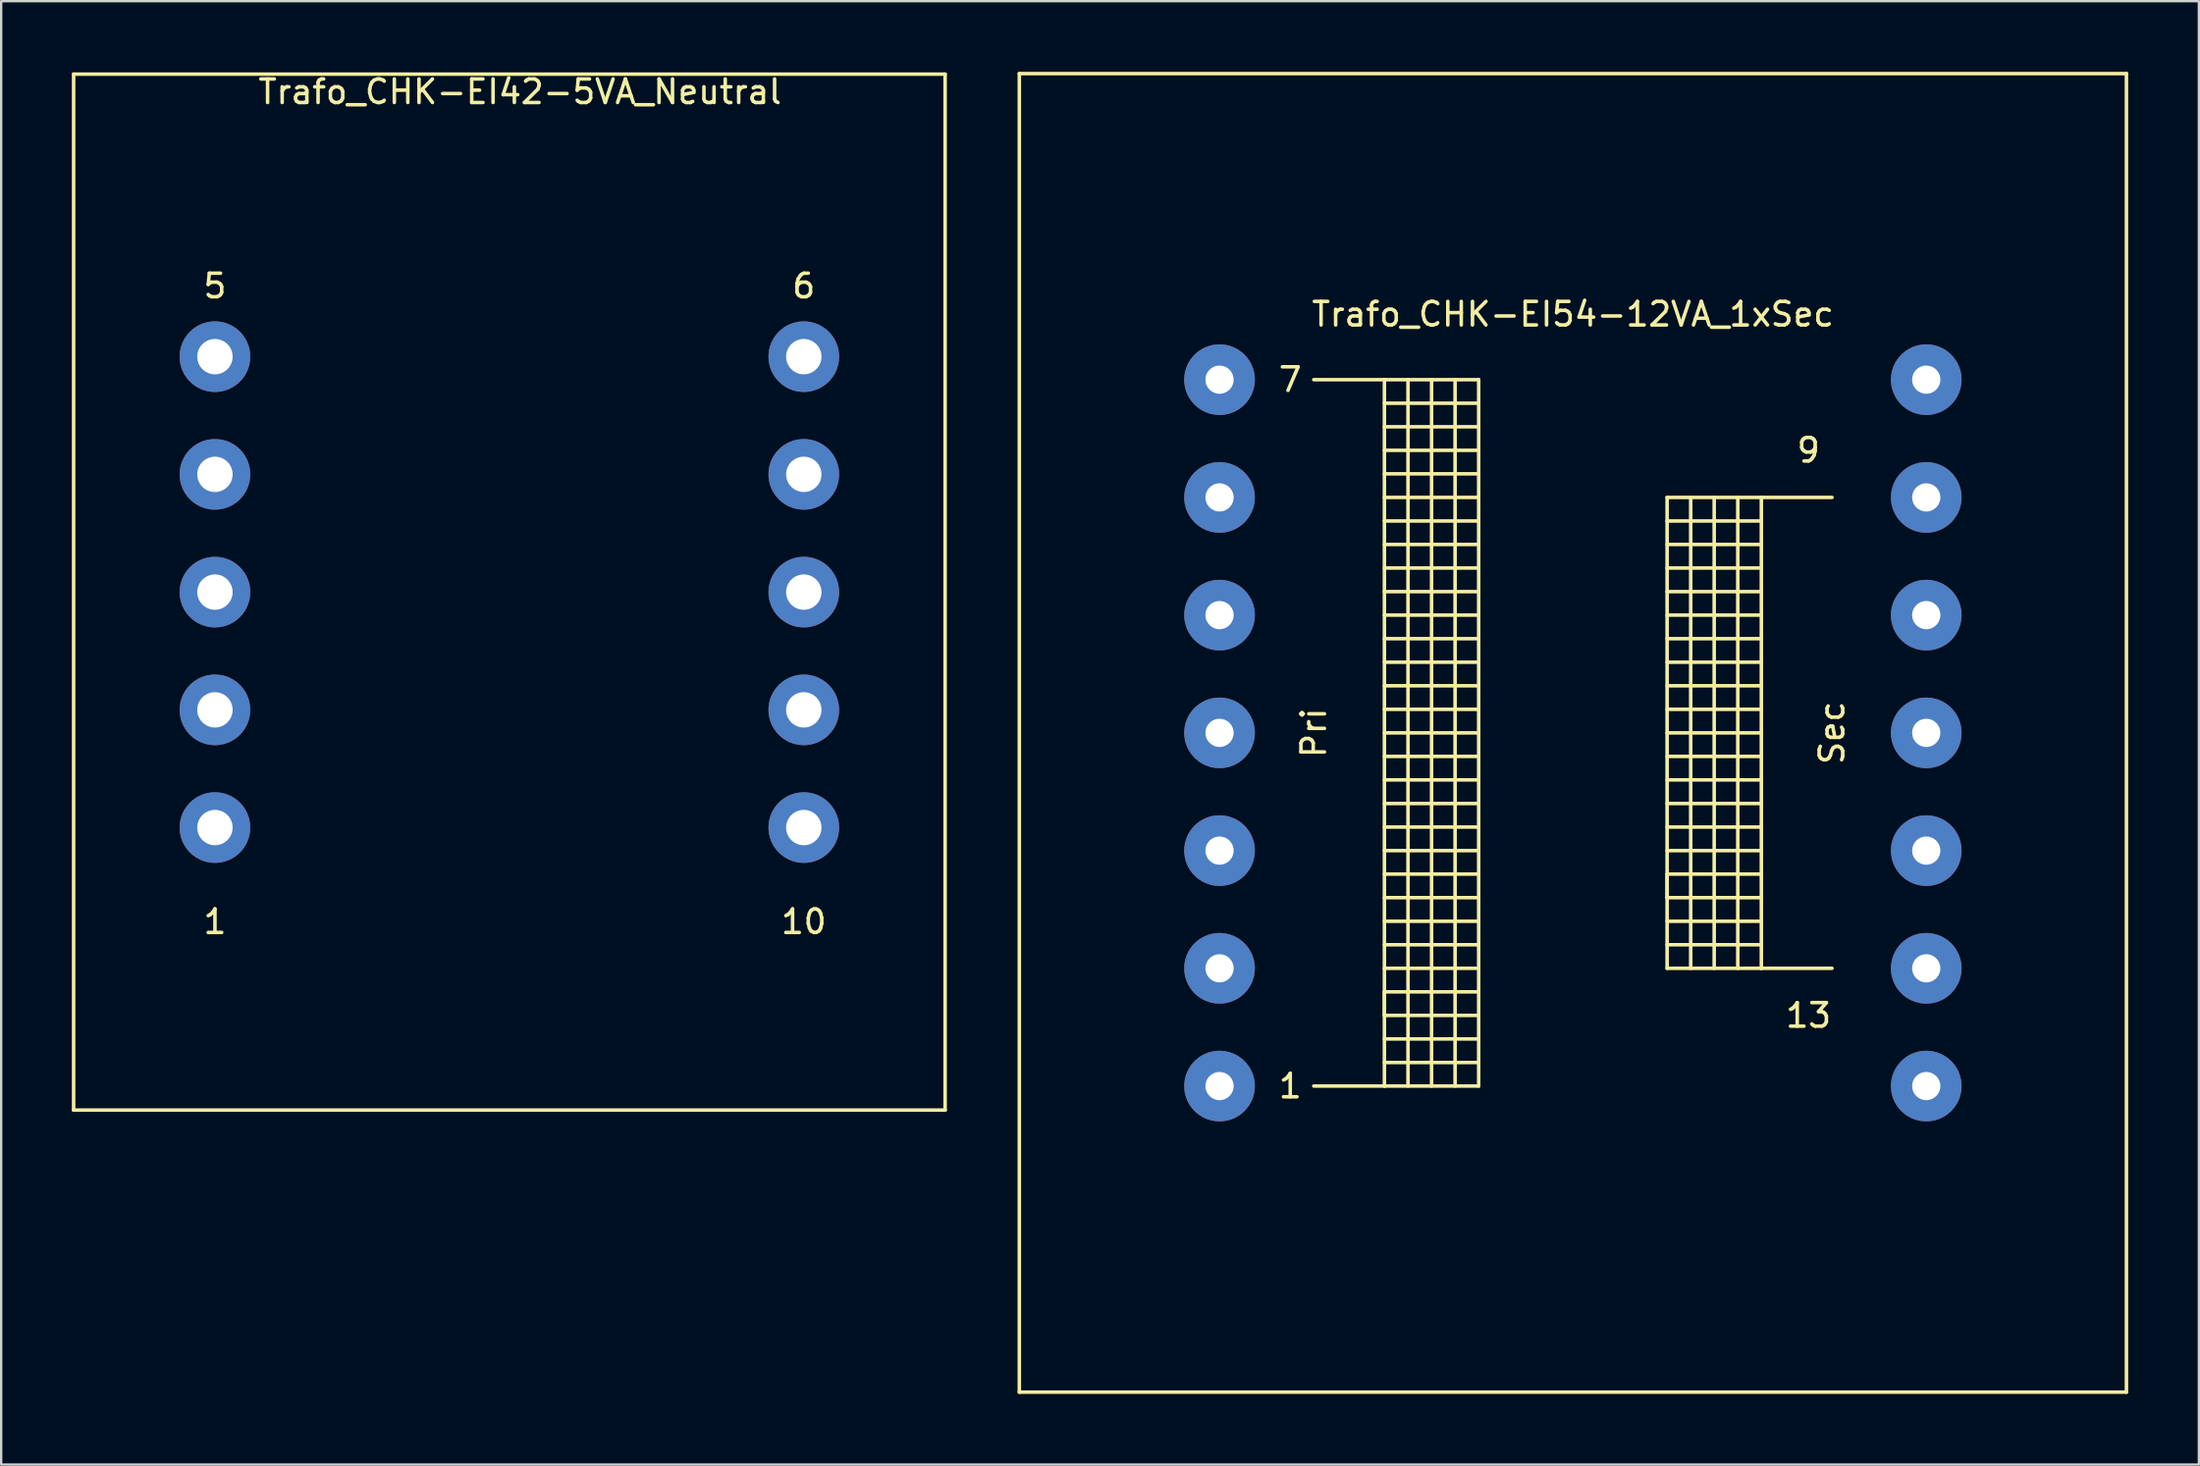
<source format=kicad_pcb>
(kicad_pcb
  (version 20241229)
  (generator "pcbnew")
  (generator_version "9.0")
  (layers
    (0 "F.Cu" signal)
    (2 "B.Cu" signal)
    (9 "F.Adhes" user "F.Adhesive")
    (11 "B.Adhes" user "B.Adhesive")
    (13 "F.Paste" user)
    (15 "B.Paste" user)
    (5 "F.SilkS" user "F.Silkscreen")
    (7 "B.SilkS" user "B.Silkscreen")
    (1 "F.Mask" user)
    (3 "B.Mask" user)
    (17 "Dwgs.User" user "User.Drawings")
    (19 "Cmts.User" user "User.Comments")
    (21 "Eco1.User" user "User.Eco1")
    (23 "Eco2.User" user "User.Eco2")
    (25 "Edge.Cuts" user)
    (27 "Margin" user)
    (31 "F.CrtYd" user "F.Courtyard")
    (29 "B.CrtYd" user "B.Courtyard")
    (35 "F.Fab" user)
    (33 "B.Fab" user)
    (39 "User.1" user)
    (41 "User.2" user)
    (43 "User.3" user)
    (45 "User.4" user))
  (footprint "Trafo_CHK-EI54-12VA_1xSec"
    (layer "F.Cu")
    (at 63.723 28.076)
    (property "Reference" "Trafo_CHK-EI54-12VA_1xSec" (at 0 -17.78 0) (layer "F.SilkS") (effects (font (size 1 1) (thickness 0.15))))
    (attr through_hole)
    (fp_line (start -23.5 -28.001) (end -23.5 28.001) (stroke (width 0.15) (type solid)) (layer "F.SilkS"))
    (fp_line (start -23.5 28.001) (end 23.5 28.001) (stroke (width 0.15) (type solid)) (layer "F.SilkS"))
    (fp_line (start -11.001 -15.001) (end -8.001 -15.001) (stroke (width 0.15) (type solid)) (layer "F.SilkS"))
    (fp_line (start -8.001 -15.001) (end -8.001 15.001) (stroke (width 0.15) (type solid)) (layer "F.SilkS"))
    (fp_line (start -8.001 -15.001) (end -4 -15.001) (stroke (width 0.15) (type solid)) (layer "F.SilkS"))
    (fp_line (start -8.001 -14) (end -4 -14) (stroke (width 0.15) (type solid)) (layer "F.SilkS"))
    (fp_line (start -8.001 -11.999) (end -4 -11.999) (stroke (width 0.15) (type solid)) (layer "F.SilkS"))
    (fp_line (start -8.001 -10) (end -4 -10) (stroke (width 0.15) (type solid)) (layer "F.SilkS"))
    (fp_line (start -8.001 -8.001) (end -4 -8.001) (stroke (width 0.15) (type solid)) (layer "F.SilkS"))
    (fp_line (start -8.001 -5.999) (end -4 -5.999) (stroke (width 0.15) (type solid)) (layer "F.SilkS"))
    (fp_line (start -8.001 -4) (end -4 -4) (stroke (width 0.15) (type solid)) (layer "F.SilkS"))
    (fp_line (start -8.001 -1.999) (end -4 -1.999) (stroke (width 0.15) (type solid)) (layer "F.SilkS"))
    (fp_line (start -8.001 0) (end -4 0) (stroke (width 0.15) (type solid)) (layer "F.SilkS"))
    (fp_line (start -8.001 1.999) (end -4 1.999) (stroke (width 0.15) (type solid)) (layer "F.SilkS"))
    (fp_line (start -8.001 4) (end -4 4) (stroke (width 0.15) (type solid)) (layer "F.SilkS"))
    (fp_line (start -8.001 5.999) (end -4 5.999) (stroke (width 0.15) (type solid)) (layer "F.SilkS"))
    (fp_line (start -8.001 8.001) (end -4 8.001) (stroke (width 0.15) (type solid)) (layer "F.SilkS"))
    (fp_line (start -8.001 10) (end -4 10) (stroke (width 0.15) (type solid)) (layer "F.SilkS"))
    (fp_line (start -8.001 11.001) (end -8.001 11.999) (stroke (width 0.15) (type solid)) (layer "F.SilkS"))
    (fp_line (start -8.001 11.999) (end -4 11.999) (stroke (width 0.15) (type solid)) (layer "F.SilkS"))
    (fp_line (start -8.001 14) (end -4 14) (stroke (width 0.15) (type solid)) (layer "F.SilkS"))
    (fp_line (start -8.001 15.001) (end -11.001 15.001) (stroke (width 0.15) (type solid)) (layer "F.SilkS"))
    (fp_line (start -7 -15.001) (end -7 15.001) (stroke (width 0.15) (type solid)) (layer "F.SilkS"))
    (fp_line (start -5.999 -15.001) (end -5.999 15.001) (stroke (width 0.15) (type solid)) (layer "F.SilkS"))
    (fp_line (start -5.001 3) (end -8.001 3) (stroke (width 0.15) (type solid)) (layer "F.SilkS"))
    (fp_line (start -5.001 3) (end -4 3) (stroke (width 0.15) (type solid)) (layer "F.SilkS"))
    (fp_line (start -5.001 15.001) (end -5.001 -15.001) (stroke (width 0.15) (type solid)) (layer "F.SilkS"))
    (fp_line (start -4 -15.001) (end -4 15.001) (stroke (width 0.15) (type solid)) (layer "F.SilkS"))
    (fp_line (start -4 -13) (end -8.001 -13) (stroke (width 0.15) (type solid)) (layer "F.SilkS"))
    (fp_line (start -4 -11.001) (end -8.001 -11.001) (stroke (width 0.15) (type solid)) (layer "F.SilkS"))
    (fp_line (start -4 -8.999) (end -8.001 -8.999) (stroke (width 0.15) (type solid)) (layer "F.SilkS"))
    (fp_line (start -4 -7) (end -8.001 -7) (stroke (width 0.15) (type solid)) (layer "F.SilkS"))
    (fp_line (start -4 -5.001) (end -8.001 -5.001) (stroke (width 0.15) (type solid)) (layer "F.SilkS"))
    (fp_line (start -4 -3) (end -8.001 -3) (stroke (width 0.15) (type solid)) (layer "F.SilkS"))
    (fp_line (start -4 -1.001) (end -8.001 -1.001) (stroke (width 0.15) (type solid)) (layer "F.SilkS"))
    (fp_line (start -4 1.001) (end -8.001 1.001) (stroke (width 0.15) (type solid)) (layer "F.SilkS"))
    (fp_line (start -4 5.001) (end -8.001 5.001) (stroke (width 0.15) (type solid)) (layer "F.SilkS"))
    (fp_line (start -4 7) (end -8.001 7) (stroke (width 0.15) (type solid)) (layer "F.SilkS"))
    (fp_line (start -4 8.999) (end -8.001 8.999) (stroke (width 0.15) (type solid)) (layer "F.SilkS"))
    (fp_line (start -4 11.001) (end -8.001 11.001) (stroke (width 0.15) (type solid)) (layer "F.SilkS"))
    (fp_line (start -4 13) (end -8.001 13) (stroke (width 0.15) (type solid)) (layer "F.SilkS"))
    (fp_line (start -4 15.001) (end -8.001 15.001) (stroke (width 0.15) (type solid)) (layer "F.SilkS"))
    (fp_line (start 4 -10) (end 4 10) (stroke (width 0.15) (type solid)) (layer "F.SilkS"))
    (fp_line (start 4 -8.999) (end 8.001 -8.999) (stroke (width 0.15) (type solid)) (layer "F.SilkS"))
    (fp_line (start 4 -7) (end 8.001 -7) (stroke (width 0.15) (type solid)) (layer "F.SilkS"))
    (fp_line (start 4 -5.001) (end 8.001 -5.001) (stroke (width 0.15) (type solid)) (layer "F.SilkS"))
    (fp_line (start 4 -3) (end 8.001 -3) (stroke (width 0.15) (type solid)) (layer "F.SilkS"))
    (fp_line (start 4 -1.001) (end 8.001 -1.001) (stroke (width 0.15) (type solid)) (layer "F.SilkS"))
    (fp_line (start 4 1.001) (end 8.001 1.001) (stroke (width 0.15) (type solid)) (layer "F.SilkS"))
    (fp_line (start 4 3) (end 8.001 3) (stroke (width 0.15) (type solid)) (layer "F.SilkS"))
    (fp_line (start 4 5.001) (end 8.001 5.001) (stroke (width 0.15) (type solid)) (layer "F.SilkS"))
    (fp_line (start 4 5.999) (end 4 7) (stroke (width 0.15) (type solid)) (layer "F.SilkS"))
    (fp_line (start 4 7) (end 8.001 7) (stroke (width 0.15) (type solid)) (layer "F.SilkS"))
    (fp_line (start 4 8.999) (end 8.001 8.999) (stroke (width 0.15) (type solid)) (layer "F.SilkS"))
    (fp_line (start 4 10) (end 8.001 10) (stroke (width 0.15) (type solid)) (layer "F.SilkS"))
    (fp_line (start 5.001 10) (end 5.001 -10) (stroke (width 0.15) (type solid)) (layer "F.SilkS"))
    (fp_line (start 5.999 -10) (end 5.999 10) (stroke (width 0.15) (type solid)) (layer "F.SilkS"))
    (fp_line (start 7 10) (end 7 -10) (stroke (width 0.15) (type solid)) (layer "F.SilkS"))
    (fp_line (start 8.001 -10) (end 4 -10) (stroke (width 0.15) (type solid)) (layer "F.SilkS"))
    (fp_line (start 8.001 -10) (end 8.001 10) (stroke (width 0.15) (type solid)) (layer "F.SilkS"))
    (fp_line (start 8.001 -8.001) (end 4 -8.001) (stroke (width 0.15) (type solid)) (layer "F.SilkS"))
    (fp_line (start 8.001 -5.999) (end 4 -5.999) (stroke (width 0.15) (type solid)) (layer "F.SilkS"))
    (fp_line (start 8.001 -4) (end 4 -4) (stroke (width 0.15) (type solid)) (layer "F.SilkS"))
    (fp_line (start 8.001 -1.999) (end 4 -1.999) (stroke (width 0.15) (type solid)) (layer "F.SilkS"))
    (fp_line (start 8.001 0) (end 4 0) (stroke (width 0.15) (type solid)) (layer "F.SilkS"))
    (fp_line (start 8.001 1.999) (end 4 1.999) (stroke (width 0.15) (type solid)) (layer "F.SilkS"))
    (fp_line (start 8.001 4) (end 4 4) (stroke (width 0.15) (type solid)) (layer "F.SilkS"))
    (fp_line (start 8.001 5.999) (end 4 5.999) (stroke (width 0.15) (type solid)) (layer "F.SilkS"))
    (fp_line (start 8.001 8.001) (end 4 8.001) (stroke (width 0.15) (type solid)) (layer "F.SilkS"))
    (fp_line (start 8.001 10) (end 11.001 10) (stroke (width 0.15) (type solid)) (layer "F.SilkS"))
    (fp_line (start 11.001 -10) (end 8.001 -10) (stroke (width 0.15) (type solid)) (layer "F.SilkS"))
    (fp_line (start 23.5 -28.001) (end -23.5 -28.001) (stroke (width 0.15) (type solid)) (layer "F.SilkS"))
    (fp_line (start 23.5 28.001) (end 23.5 -28.001) (stroke (width 0.15) (type solid)) (layer "F.SilkS"))
    (fp_text user "7" (at -11.999 -15.001 0) (layer "F.SilkS") (effects (font (size 1 1) (thickness 0.15))))
    (fp_text user "13" (at 10 12.002 0) (layer "F.SilkS") (effects (font (size 1 1) (thickness 0.15))))
    (fp_text user "Sec" (at 11.001 0 90) (layer "F.SilkS") (effects (font (size 1 1) (thickness 0.15))))
    (fp_text user "1" (at -11.999 15.001 0) (layer "F.SilkS") (effects (font (size 1 1) (thickness 0.15))))
    (fp_text user "Pri" (at -11.001 0 90) (layer "F.SilkS") (effects (font (size 1 1) (thickness 0.15))))
    (fp_text user "9" (at 10 -12.002 0) (layer "F.SilkS") (effects (font (size 1 1) (thickness 0.15))))
    (pad "1" thru_hole circle (at -15.001 15.001) (size 3 3) (drill 1.199) (layers "*.Cu" "*.Mask"))
    (pad "2" thru_hole circle (at -15.001 10) (size 3 3) (drill 1.199) (layers "*.Cu" "*.Mask"))
    (pad "3" thru_hole circle (at -15.001 5.001) (size 3 3) (drill 1.199) (layers "*.Cu" "*.Mask"))
    (pad "4" thru_hole circle (at -15.001 0) (size 3 3) (drill 1.199) (layers "*.Cu" "*.Mask"))
    (pad "5" thru_hole circle (at -15.001 -5.001) (size 3 3) (drill 1.199) (layers "*.Cu" "*.Mask"))
    (pad "6" thru_hole circle (at -15.001 -10) (size 3 3) (drill 1.199) (layers "*.Cu" "*.Mask"))
    (pad "7" thru_hole circle (at -15.001 -15.001) (size 3 3) (drill 1.199) (layers "*.Cu" "*.Mask"))
    (pad "8" thru_hole circle (at 15.001 -15.001) (size 3 3) (drill 1.199) (layers "*.Cu" "*.Mask"))
    (pad "9" thru_hole circle (at 15.001 -10) (size 3 3) (drill 1.199) (layers "*.Cu" "*.Mask"))
    (pad "10" thru_hole circle (at 15.001 -5.001) (size 3 3) (drill 1.199) (layers "*.Cu" "*.Mask"))
    (pad "11" thru_hole circle (at 15.001 0) (size 3 3) (drill 1.199) (layers "*.Cu" "*.Mask"))
    (pad "12" thru_hole circle (at 15.001 5.001) (size 3 3) (drill 1.199) (layers "*.Cu" "*.Mask"))
    (pad "13" thru_hole circle (at 15.001 10) (size 3 3) (drill 1.199) (layers "*.Cu" "*.Mask"))
    (pad "14" thru_hole circle (at 15.001 15.001) (size 3 3) (drill 1.199) (layers "*.Cu" "*.Mask")))
  (footprint "Trafo_CHK-EI42-5VA_Neutral"
    (layer "F.Cu")
    (at 18.574 22.098)
    (property "Reference" "Trafo_CHK-EI42-5VA_Neutral" (at 0.45 -21.25 0) (layer "F.SilkS") (effects (font (size 1 1) (thickness 0.15))))
    (attr through_hole)
    (fp_line (start -18.499 -21.999) (end -18.499 21.999) (stroke (width 0.15) (type solid)) (layer "F.SilkS"))
    (fp_line (start -18.499 21.999) (end 18.499 21.999) (stroke (width 0.15) (type solid)) (layer "F.SilkS"))
    (fp_line (start 18.499 -21.999) (end -18.499 -21.999) (stroke (width 0.15) (type solid)) (layer "F.SilkS"))
    (fp_line (start 18.499 21.999) (end 18.499 -21.999) (stroke (width 0.15) (type solid)) (layer "F.SilkS"))
    (fp_text user "1" (at -12.499 14 0) (layer "F.SilkS") (effects (font (size 1 1) (thickness 0.15))))
    (fp_text user "6" (at 12.499 -13 0) (layer "F.SilkS") (effects (font (size 1 1) (thickness 0.15))))
    (fp_text user "5" (at -12.499 -13 0) (layer "F.SilkS") (effects (font (size 1 1) (thickness 0.15))))
    (fp_text user "10" (at 12.499 14 0) (layer "F.SilkS") (effects (font (size 1 1) (thickness 0.15))))
    (pad "1" thru_hole circle (at -12.499 10) (size 3 3) (drill 1.501) (layers "*.Cu" "*.Mask"))
    (pad "2" thru_hole circle (at -12.499 5.001) (size 3 3) (drill 1.501) (layers "*.Cu" "*.Mask"))
    (pad "3" thru_hole circle (at -12.499 0) (size 3 3) (drill 1.501) (layers "*.Cu" "*.Mask"))
    (pad "4" thru_hole circle (at -12.499 -5.001) (size 3 3) (drill 1.501) (layers "*.Cu" "*.Mask"))
    (pad "5" thru_hole circle (at -12.499 -10) (size 3 3) (drill 1.501) (layers "*.Cu" "*.Mask"))
    (pad "6" thru_hole circle (at 12.499 -10) (size 3 3) (drill 1.501) (layers "*.Cu" "*.Mask"))
    (pad "7" thru_hole circle (at 12.499 -5.001) (size 3 3) (drill 1.501) (layers "*.Cu" "*.Mask"))
    (pad "8" thru_hole circle (at 12.499 0) (size 3 3) (drill 1.501) (layers "*.Cu" "*.Mask"))
    (pad "9" thru_hole circle (at 12.499 5.001) (size 3 3) (drill 1.501) (layers "*.Cu" "*.Mask"))
    (pad "10" thru_hole circle (at 12.499 10) (size 3 3) (drill 1.501) (layers "*.Cu" "*.Mask")))
  (gr_rect
    (start -3 -3)
    (end 90.298 59.152)
    (stroke (width 0.1) (type default))
    (fill no)
    (layer "Edge.Cuts")))
</source>
